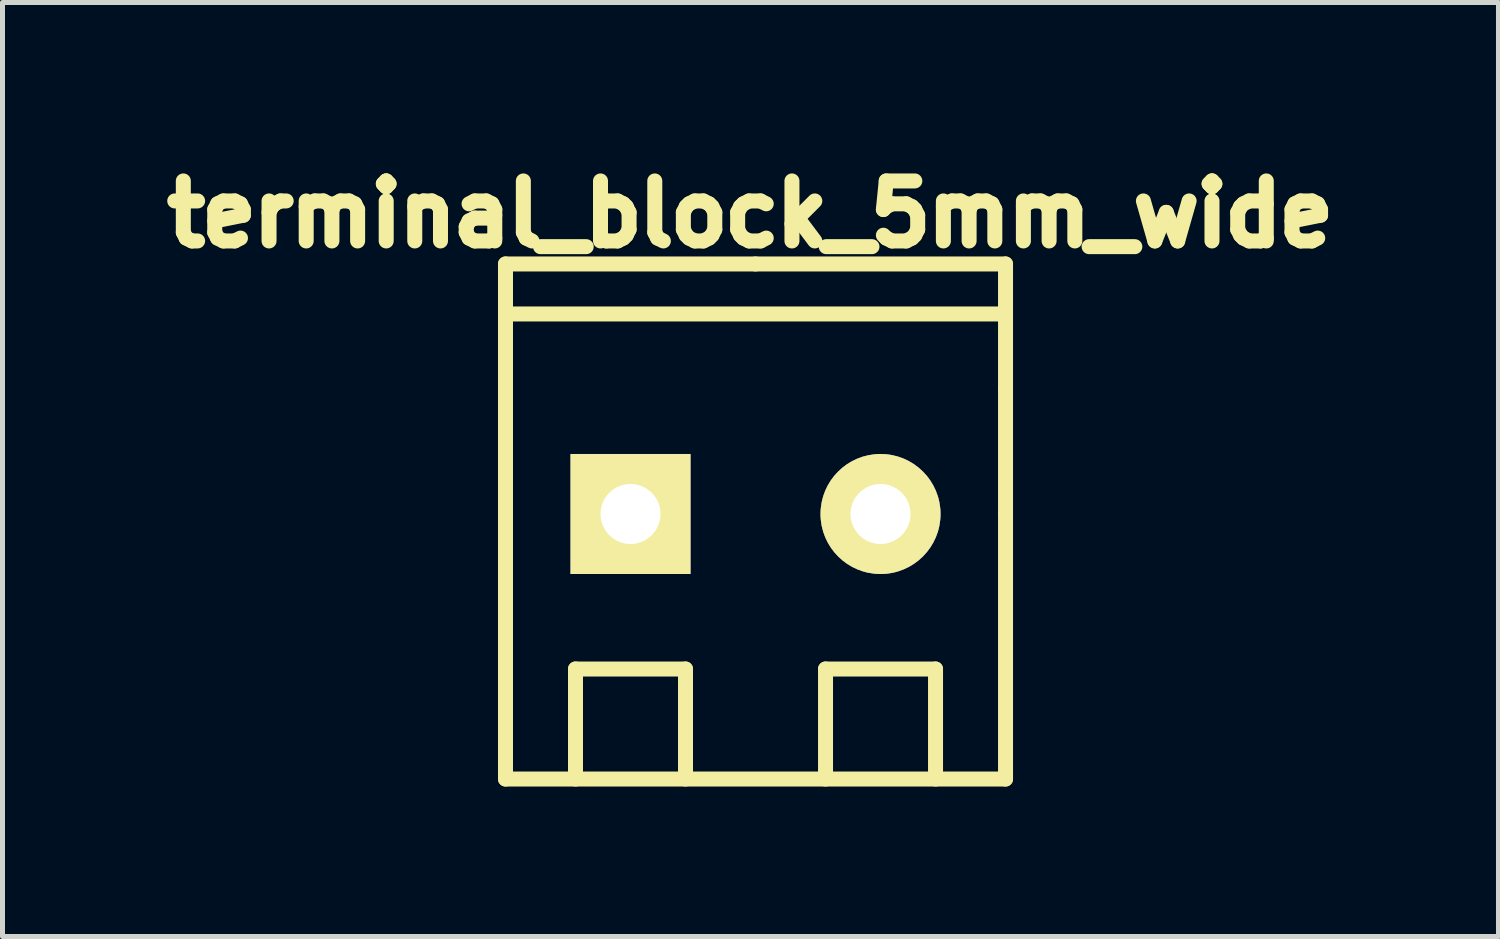
<source format=kicad_pcb>
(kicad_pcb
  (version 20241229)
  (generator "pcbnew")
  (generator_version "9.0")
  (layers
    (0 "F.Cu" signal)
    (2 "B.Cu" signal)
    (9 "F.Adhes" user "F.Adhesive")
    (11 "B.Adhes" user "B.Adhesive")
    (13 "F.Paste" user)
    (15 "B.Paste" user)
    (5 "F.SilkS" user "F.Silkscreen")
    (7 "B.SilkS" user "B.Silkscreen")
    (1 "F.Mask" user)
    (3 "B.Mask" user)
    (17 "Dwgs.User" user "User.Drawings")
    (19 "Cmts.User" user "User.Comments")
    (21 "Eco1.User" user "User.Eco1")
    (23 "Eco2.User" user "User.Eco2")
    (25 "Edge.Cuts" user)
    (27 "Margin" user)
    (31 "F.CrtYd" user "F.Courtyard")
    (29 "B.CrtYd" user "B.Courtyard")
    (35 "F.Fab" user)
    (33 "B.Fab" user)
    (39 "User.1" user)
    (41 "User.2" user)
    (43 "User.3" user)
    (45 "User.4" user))
  (footprint "terminal_block_5mm_wide"
    (layer "F.Cu")
    (at 12.059 7.229)
    (property "Reference" "terminal_block_5mm_wide" (at -0.1 -6 0) (layer "F.SilkS") (effects (font (size 1.2 1.2) (thickness 0.3))))
    (attr through_hole)
    (fp_line (start -5 -5) (end -5 -2.5) (stroke (width 0.3) (type solid)) (layer "F.SilkS"))
    (fp_line (start -5 -4) (end 5 -4) (stroke (width 0.3) (type solid)) (layer "F.SilkS"))
    (fp_line (start -5 0) (end -5 -2.5) (stroke (width 0.3) (type solid)) (layer "F.SilkS"))
    (fp_line (start -5 0) (end -5 5.3) (stroke (width 0.3) (type solid)) (layer "F.SilkS"))
    (fp_line (start -5 5.3) (end 5 5.3) (stroke (width 0.3) (type solid)) (layer "F.SilkS"))
    (fp_line (start -3.6 3.1) (end -1.4 3.1) (stroke (width 0.3) (type solid)) (layer "F.SilkS"))
    (fp_line (start -3.6 5.3) (end -3.6 3.1) (stroke (width 0.3) (type solid)) (layer "F.SilkS"))
    (fp_line (start -1.4 3.1) (end -1.4 5.3) (stroke (width 0.3) (type solid)) (layer "F.SilkS"))
    (fp_line (start 0 -5) (end -5 -5) (stroke (width 0.3) (type solid)) (layer "F.SilkS"))
    (fp_line (start 0 -5) (end 5 -5) (stroke (width 0.3) (type solid)) (layer "F.SilkS"))
    (fp_line (start 1.4 3.1) (end 1.4 5.3) (stroke (width 0.3) (type solid)) (layer "F.SilkS"))
    (fp_line (start 1.4 3.1) (end 3.6 3.1) (stroke (width 0.3) (type solid)) (layer "F.SilkS"))
    (fp_line (start 3.6 3.1) (end 3.6 5.3) (stroke (width 0.3) (type solid)) (layer "F.SilkS"))
    (fp_line (start 5 -5) (end 5 -2.5) (stroke (width 0.3) (type solid)) (layer "F.SilkS"))
    (fp_line (start 5 0) (end 5 -2.5) (stroke (width 0.3) (type solid)) (layer "F.SilkS"))
    (fp_line (start 5 5.3) (end 5 0) (stroke (width 0.3) (type solid)) (layer "F.SilkS"))
    (pad "1" thru_hole rect (at -2.5 0) (size 2.4 2.4) (drill 1.2) (layers "*.Cu" "*.Mask" "F.SilkS"))
    (pad "2" thru_hole circle (at 2.5 0) (size 2.4 2.4) (drill 1.2) (layers "*.Cu" "*.Mask" "F.SilkS")))
  (gr_rect
    (start -3 -3)
    (end 26.917 15.678)
    (stroke (width 0.1) (type default))
    (fill no)
    (layer "Edge.Cuts")))
</source>
